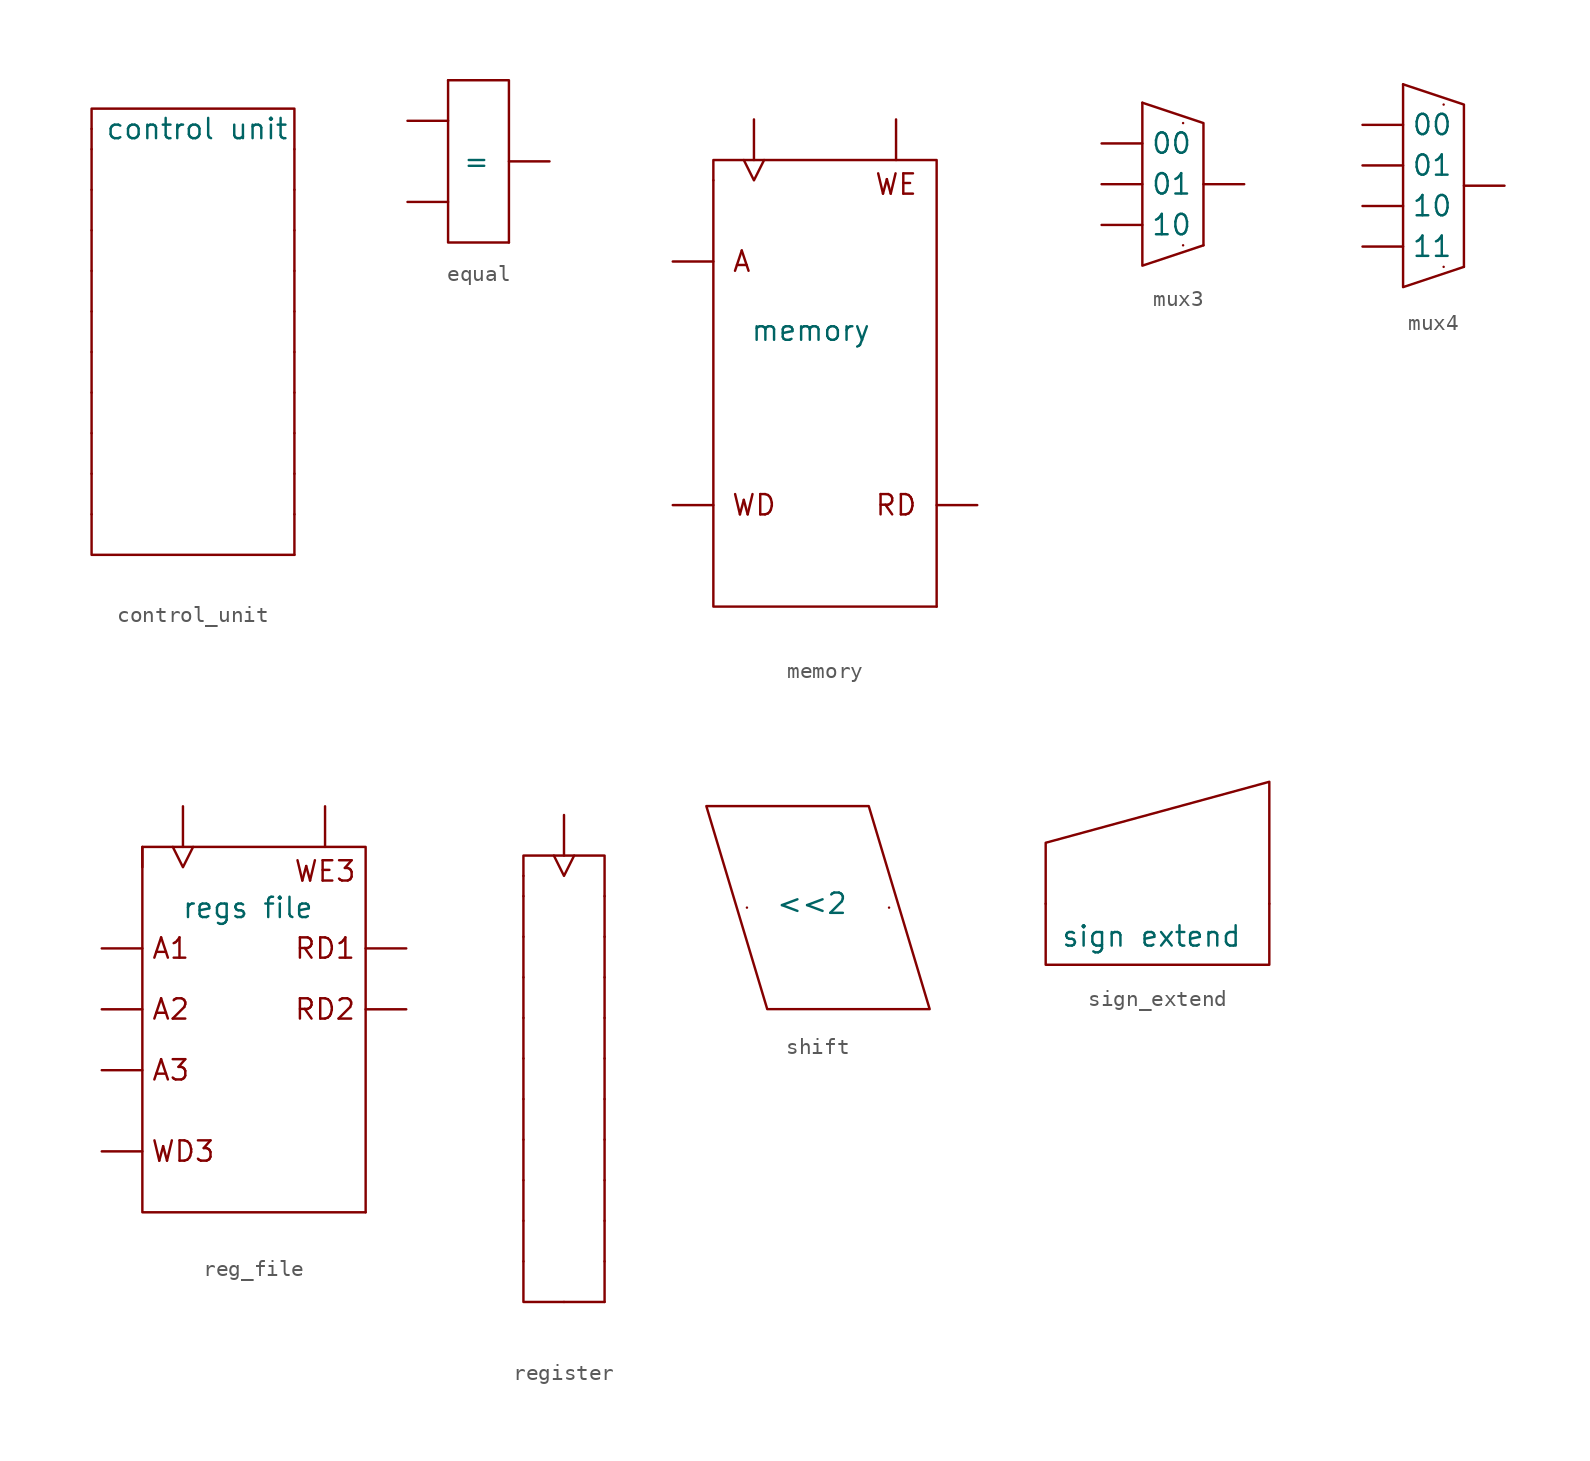
<source format=kicad_sym>
(kicad_symbol_lib
  (version 20231120)
  (generator "kicad_symbol_editor")
  (generator_version "8.0")
  (symbol "control_unit"
    (pin_numbers hide)
    (property "Reference" "U2"
      (at -4.826 7.874 0)
      (effects (font (size 0.001 0.001))))
    (property "Value" "control unit"
      (at 0.254 12.7 0)
      (effects (font (size 1.27 1.27))))
    (symbol "control_unit_0_1"
      (polyline (pts (xy -6.35 12.7) (xy -6.35 13.97) (xy 6.35 13.97) (xy 6.35 -13.97)) (stroke (width 0) (type default)) (fill (type none)))
      (polyline (pts (xy -6.35 12.7) (xy -6.35 2.54) (xy -6.35 0) (xy -6.35 -2.54) (xy -6.35 -10.16) (xy -6.35 -13.97) (xy 6.35 -13.97)) (stroke (width 0) (type default)) (fill (type none))))
    (symbol "control_unit_1_1"
      (pin input line (at -6.35 -11.43 0) (length 0) (name "A" (effects (font (size 0 0)))) (number "" (effects (font (size 1.27 1.27)))))
      (pin input line (at -6.35 -8.89 0) (length 0) (name "A" (effects (font (size 0 0)))) (number "" (effects (font (size 1.27 1.27)))))
      (pin input line (at -6.35 -6.35 0) (length 0) (name "A" (effects (font (size 0 0)))) (number "" (effects (font (size 1.27 1.27)))))
      (pin input line (at -6.35 -3.81 0) (length 0) (name "A" (effects (font (size 0 0)))) (number "" (effects (font (size 1.27 1.27)))))
      (pin input line (at -6.35 -1.27 0) (length 0) (name "A" (effects (font (size 0 0)))) (number "" (effects (font (size 1.27 1.27)))))
      (pin input line (at -6.35 1.27 0) (length 0) (name "A" (effects (font (size 0 0)))) (number "" (effects (font (size 1.27 1.27)))))
      (pin input line (at -6.35 3.81 0) (length 0) (name "A" (effects (font (size 0 0)))) (number "" (effects (font (size 1.27 1.27)))))
      (pin input line (at -6.35 6.35 0) (length 0) (name "A" (effects (font (size 0 0)))) (number "" (effects (font (size 1.27 1.27)))))
      (pin input line (at -6.35 8.89 0) (length 0) (name "A" (effects (font (size 0 0)))) (number "" (effects (font (size 1.27 1.27)))))
      (pin input line (at -6.35 11.43 0) (length 0) (name "A" (effects (font (size 0 0)))) (number "" (effects (font (size 1.27 1.27)))))
      (pin output line (at 6.35 -11.43 180) (length 0) (name "O" (effects (font (size 0 0)))) (number "" (effects (font (size 1.27 1.27)))))
      (pin output line (at 6.35 -8.89 180) (length 0) (name "O" (effects (font (size 0 0)))) (number "" (effects (font (size 1.27 1.27)))))
      (pin output line (at 6.35 -6.35 180) (length 0) (name "O" (effects (font (size 0 0)))) (number "" (effects (font (size 1.27 1.27)))))
      (pin output line (at 6.35 -3.81 180) (length 0) (name "O" (effects (font (size 0 0)))) (number "" (effects (font (size 1.27 1.27)))))
      (pin output line (at 6.35 -1.27 180) (length 0) (name "O" (effects (font (size 0 0)))) (number "" (effects (font (size 1.27 1.27)))))
      (pin output line (at 6.35 1.27 180) (length 0) (name "O" (effects (font (size 0 0)))) (number "" (effects (font (size 1.27 1.27)))))
      (pin output line (at 6.35 3.81 180) (length 0) (name "O" (effects (font (size 0 0)))) (number "" (effects (font (size 1.27 1.27)))))
      (pin output line (at 6.35 6.35 180) (length 0) (name "O" (effects (font (size 0 0)))) (number "" (effects (font (size 1.27 1.27)))))
      (pin output line (at 6.35 8.89 180) (length 0) (name "O" (effects (font (size 0 0)))) (number "" (effects (font (size 1.27 1.27)))))
      (pin output line (at 6.35 11.43 180) (length 0) (name "O" (effects (font (size 0 0)))) (number "" (effects (font (size 1.27 1.27)))))))
  (symbol "equal"
    (pin_numbers hide)
    (property "Reference" "="
      (at -7.112 0.762 0)
      (effects (font (size 0.001 0.001))))
    (property "Value" "="
      (at -7.112 0 0)
      (effects (font (size 1.27 1.27))))
    (symbol "equal_0_1"
      (polyline (pts (xy -8.89 5.08) (xy -8.89 5.08) (xy -5.08 5.08) (xy -5.08 -5.08)) (stroke (width 0) (type default)) (fill (type none)))
      (polyline (pts (xy -8.89 5.08) (xy -8.89 2.54) (xy -8.89 0) (xy -8.89 -2.54) (xy -8.89 -2.54) (xy -8.89 -5.08) (xy -5.08 -5.08)) (stroke (width 0) (type default)) (fill (type none))))
    (symbol "equal_1_1"
      (pin input line (at -11.43 2.54 0) (length 2.54) (name "0" (effects (font (size 0 0)))) (number "" (effects (font (size 1.27 1.27)))))
      (pin input line (at -11.43 -2.54 0) (length 2.54) (name "1" (effects (font (size 0 0)))) (number "" (effects (font (size 1.27 1.27)))))
      (pin output line (at -2.54 0 180) (length 2.54) (name "O" (effects (font (size 0 0)))) (number "" (effects (font (size 1.27 1.27)))))))
  (symbol "memory"
    (pin_numbers hide)
    (property "Reference" "U2"
      (at -2.286 7.874 0)
      (effects (font (size 0.001 0.001))))
    (property "Value" "memory"
      (at -2.794 3.302 0)
      (do_not_autoplace)
      (effects (font (size 1.27 1.27))))
    (symbol "memory_0_1"
      (polyline (pts (xy -8.89 12.7) (xy -8.89 13.97) (xy 5.08 13.97) (xy 5.08 -13.97)) (stroke (width 0) (type default)) (fill (type none)))
      (polyline (pts (xy -8.89 12.7) (xy -8.89 2.54) (xy -8.89 0) (xy -8.89 -2.54) (xy -8.89 -10.16) (xy -8.89 -13.97) (xy 5.08 -13.97)) (stroke (width 0) (type default)) (fill (type none))))
    (symbol "memory_1_1"
      (text "A\n" (at -7.112 7.62 0) (effects (font (size 1.27 1.27))))
      (text "RD\n" (at 2.54 -7.62 0) (effects (font (size 1.27 1.27))))
      (text "WD" (at -6.35 -7.62 0) (effects (font (size 1.27 1.27))))
      (text "WE" (at 2.54 12.446 0) (effects (font (size 1.27 1.27))))
      (pin input line (at -11.43 7.62 0) (length 2.54) (name "A" (effects (font (size 0 0)))) (number "" (effects (font (size 1.27 1.27)))))
      (pin input line (at -11.43 -7.62 0) (length 2.54) (name "B" (effects (font (size 0 0)))) (number "" (effects (font (size 1.27 1.27)))))
      (pin output line (at 7.62 -7.62 180) (length 2.54) (name "O" (effects (font (size 0 0)))) (number "" (effects (font (size 1.27 1.27)))))
      (pin input line (at 2.54 16.51 270) (length 2.54) (name "" (effects (font (size 0 0)))) (number "1" (effects (font (size 1.27 1.27)))))
      (pin input clock (at -6.35 16.51 270) (length 2.54) (name "" (effects (font (size 0 0)))) (number "CLK" (effects (font (size 1.27 1.27)))))))
  (symbol "mux3"
    (pin_numbers hide)
    (property "Reference" "U1"
      (at -2.54 -4.064 0)
      (effects (font (size 0.001 0.001))))
    (property "Value" "~"
      (at -1.524 6.35 0)
      (effects (font (size 0.001 0.001))))
    (symbol "mux3_0_1"
      (polyline (pts (xy -8.89 5.08) (xy -8.89 5.08) (xy -5.08 3.81) (xy -5.08 -3.81)) (stroke (width 0) (type default)) (fill (type none)))
      (polyline (pts (xy -8.89 5.08) (xy -8.89 2.54) (xy -8.89 0) (xy -8.89 -2.54) (xy -8.89 -2.54) (xy -8.89 -5.08) (xy -5.08 -3.81)) (stroke (width 0) (type default)) (fill (type none))))
    (symbol "mux3_1_1"
      (pin input line (at -6.35 -3.81 270) (length 0) (name "" (effects (font (size 0 0)))) (number "" (effects (font (size 1.27 1.27)))))
      (pin input line (at -11.43 2.54 0) (length 2.54) (name "00" (effects (font (size 1.27 1.27)))) (number "" (effects (font (size 1.27 1.27)))))
      (pin input line (at -11.43 0 0) (length 2.54) (name "01" (effects (font (size 1.27 1.27)))) (number "" (effects (font (size 1.27 1.27)))))
      (pin input line (at -11.43 -2.54 0) (length 2.54) (name "10" (effects (font (size 1.27 1.27)))) (number "" (effects (font (size 1.27 1.27)))))
      (pin output line (at -2.54 0 180) (length 2.54) (name "O" (effects (font (size 0 0)))) (number "" (effects (font (size 1.27 1.27)))))
      (pin input line (at -6.35 3.81 270) (length 0) (name "S" (effects (font (size 0 0)))) (number "" (effects (font (size 1.27 1.27)))))))
  (symbol "mux4"
    (pin_numbers hide)
    (property "Reference" "U1"
      (at 3.302 -1.27 0)
      (effects (font (size 0.001 0.001))))
    (property "Value" "~"
      (at 3.302 1.524 0)
      (effects (font (size 0.001 0.001))))
    (symbol "mux4_0_1"
      (polyline (pts (xy -1.27 6.35) (xy -1.27 6.35) (xy 2.54 5.08) (xy 2.54 -5.08)) (stroke (width 0) (type default)) (fill (type none)))
      (polyline (pts (xy -1.27 6.35) (xy -1.27 1.27) (xy -1.27 -1.27) (xy -1.27 -3.81) (xy -1.27 -3.81) (xy -1.27 -6.35) (xy 2.54 -5.08)) (stroke (width 0) (type default)) (fill (type none))))
    (symbol "mux4_1_1"
      (pin input line (at 1.27 -5.08 270) (length 0) (name "" (effects (font (size 0 0)))) (number "" (effects (font (size 1.27 1.27)))))
      (pin input line (at -3.81 3.81 0) (length 2.54) (name "00" (effects (font (size 1.27 1.27)))) (number "" (effects (font (size 1.27 1.27)))))
      (pin input line (at -3.81 1.27 0) (length 2.54) (name "01" (effects (font (size 1.27 1.27)))) (number "" (effects (font (size 1.27 1.27)))))
      (pin input line (at -3.81 -1.27 0) (length 2.54) (name "10" (effects (font (size 1.27 1.27)))) (number "" (effects (font (size 1.27 1.27)))))
      (pin input line (at -3.81 -3.81 0) (length 2.54) (name "11" (effects (font (size 1.27 1.27)))) (number "" (effects (font (size 1.27 1.27)))))
      (pin output line (at 5.08 0 180) (length 2.54) (name "O" (effects (font (size 0 0)))) (number "" (effects (font (size 1.27 1.27)))))
      (pin input line (at 1.27 5.08 270) (length 0) (name "S" (effects (font (size 0 0)))) (number "" (effects (font (size 1.27 1.27)))))))
  (symbol "reg_file"
    (pin_numbers hide)
    (property "Reference" "U2"
      (at 0.254 5.334 0)
      (effects (font (size 0.001 0.001))))
    (property "Value" "regs file"
      (at 0.254 7.62 0)
      (effects (font (size 1.27 1.27))))
    (symbol "reg_file_0_1"
      (polyline (pts (xy -6.35 10.16) (xy -6.35 11.43) (xy 7.62 11.43) (xy 7.62 -11.43)) (stroke (width 0) (type default)) (fill (type none)))
      (polyline (pts (xy -6.35 11.43) (xy -6.35 5.08) (xy -6.35 2.54) (xy -6.35 0) (xy -6.35 -7.62) (xy -6.35 -11.43) (xy 7.62 -11.43)) (stroke (width 0) (type default)) (fill (type none))))
    (symbol "reg_file_1_1"
      (text "A1" (at -4.572 5.08 0) (effects (font (size 1.27 1.27))))
      (text "A2\n" (at -4.572 1.27 0) (effects (font (size 1.27 1.27))))
      (text "A3\n" (at -4.572 -2.54 0) (effects (font (size 1.27 1.27))))
      (text "RD1\n" (at 5.08 5.08 0) (effects (font (size 1.27 1.27))))
      (text "RD2" (at 5.08 1.27 0) (effects (font (size 1.27 1.27))))
      (text "WD3" (at -3.81 -7.62 0) (effects (font (size 1.27 1.27))))
      (text "WE3" (at 5.08 9.906 0) (effects (font (size 1.27 1.27))))
      (pin input line (at -8.89 -2.54 0) (length 2.54) (name "A" (effects (font (size 0 0)))) (number "" (effects (font (size 1.27 1.27)))))
      (pin input line (at -8.89 1.27 0) (length 2.54) (name "A" (effects (font (size 0 0)))) (number "" (effects (font (size 1.27 1.27)))))
      (pin input line (at -8.89 5.08 0) (length 2.54) (name "A" (effects (font (size 0 0)))) (number "" (effects (font (size 1.27 1.27)))))
      (pin input line (at -8.89 -7.62 0) (length 2.54) (name "B" (effects (font (size 0 0)))) (number "" (effects (font (size 1.27 1.27)))))
      (pin output line (at 10.16 1.27 180) (length 2.54) (name "O" (effects (font (size 0 0)))) (number "" (effects (font (size 1.27 1.27)))))
      (pin output line (at 10.16 5.08 180) (length 2.54) (name "O" (effects (font (size 0 0)))) (number "" (effects (font (size 1.27 1.27)))))
      (pin input line (at 5.08 13.97 270) (length 2.54) (name "" (effects (font (size 0 0)))) (number "1" (effects (font (size 1.27 1.27)))))
      (pin input clock (at -3.81 13.97 270) (length 2.54) (name "" (effects (font (size 0 0)))) (number "CLK" (effects (font (size 1.27 1.27)))))))
  (symbol "register"
    (pin_numbers hide)
    (property "Reference" "U2"
      (at -1.016 7.874 0)
      (effects (font (size 0.001 0.001))))
    (property "Value" "~"
      (at -1.524 3.302 0)
      (effects (font (size 0.001 0.001))))
    (symbol "register_0_1"
      (polyline (pts (xy -2.54 12.7) (xy -2.54 13.97) (xy 2.54 13.97) (xy 2.54 -13.97)) (stroke (width 0) (type default)) (fill (type none)))
      (polyline (pts (xy -2.54 12.7) (xy -2.54 2.54) (xy -2.54 0) (xy -2.54 -2.54) (xy -2.54 -10.16) (xy -2.54 -13.97) (xy 2.54 -13.97)) (stroke (width 0) (type default)) (fill (type none))))
    (symbol "register_1_1"
      (pin input line (at -2.54 -11.43 0) (length 0) (name "A" (effects (font (size 0 0)))) (number "" (effects (font (size 1.27 1.27)))))
      (pin input line (at -2.54 -8.89 0) (length 0) (name "A" (effects (font (size 0 0)))) (number "" (effects (font (size 1.27 1.27)))))
      (pin input line (at -2.54 -6.35 0) (length 0) (name "A" (effects (font (size 0 0)))) (number "" (effects (font (size 1.27 1.27)))))
      (pin input line (at -2.54 -3.81 0) (length 0) (name "A" (effects (font (size 0 0)))) (number "" (effects (font (size 1.27 1.27)))))
      (pin input line (at -2.54 -1.27 0) (length 0) (name "A" (effects (font (size 0 0)))) (number "" (effects (font (size 1.27 1.27)))))
      (pin input line (at -2.54 1.27 0) (length 0) (name "A" (effects (font (size 0 0)))) (number "" (effects (font (size 1.27 1.27)))))
      (pin input line (at -2.54 3.81 0) (length 0) (name "A" (effects (font (size 0 0)))) (number "" (effects (font (size 1.27 1.27)))))
      (pin input line (at -2.54 6.35 0) (length 0) (name "A" (effects (font (size 0 0)))) (number "" (effects (font (size 1.27 1.27)))))
      (pin input line (at -2.54 8.89 0) (length 0) (name "A" (effects (font (size 0 0)))) (number "" (effects (font (size 1.27 1.27)))))
      (pin input line (at -2.54 11.43 0) (length 0) (name "A" (effects (font (size 0 0)))) (number "" (effects (font (size 1.27 1.27)))))
      (pin input line (at 0 -13.97 90) (length 0) (name "A" (effects (font (size 0 0)))) (number "" (effects (font (size 1.27 1.27)))))
      (pin output line (at 2.54 -11.43 180) (length 0) (name "O" (effects (font (size 0 0)))) (number "" (effects (font (size 1.27 1.27)))))
      (pin output line (at 2.54 -8.89 180) (length 0) (name "O" (effects (font (size 0 0)))) (number "" (effects (font (size 1.27 1.27)))))
      (pin output line (at 2.54 -6.35 180) (length 0) (name "O" (effects (font (size 0 0)))) (number "" (effects (font (size 1.27 1.27)))))
      (pin output line (at 2.54 -3.81 180) (length 0) (name "O" (effects (font (size 0 0)))) (number "" (effects (font (size 1.27 1.27)))))
      (pin output line (at 2.54 -1.27 180) (length 0) (name "O" (effects (font (size 0 0)))) (number "" (effects (font (size 1.27 1.27)))))
      (pin output line (at 2.54 1.27 180) (length 0) (name "O" (effects (font (size 0 0)))) (number "" (effects (font (size 1.27 1.27)))))
      (pin output line (at 2.54 3.81 180) (length 0) (name "O" (effects (font (size 0 0)))) (number "" (effects (font (size 1.27 1.27)))))
      (pin output line (at 2.54 6.35 180) (length 0) (name "O" (effects (font (size 0 0)))) (number "" (effects (font (size 1.27 1.27)))))
      (pin output line (at 2.54 8.89 180) (length 0) (name "O" (effects (font (size 0 0)))) (number "" (effects (font (size 1.27 1.27)))))
      (pin output line (at 2.54 11.43 180) (length 0) (name "O" (effects (font (size 0 0)))) (number "" (effects (font (size 1.27 1.27)))))
      (pin input clock (at 0 16.51 270) (length 2.54) (name "" (effects (font (size 0 0)))) (number "CLK" (effects (font (size 1.27 1.27)))))))
  (symbol "shift"
    (pin_numbers hide)
    (property "Reference" "U2"
      (at -1.016 7.874 0)
      (effects (font (size 0.001 0.001))))
    (property "Value" "<<2"
      (at 0.254 0.254 0)
      (effects (font (size 1.27 1.27))))
    (symbol "shift_0_1"
      (polyline (pts (xy -6.35 6.35) (xy -2.54 -6.35) (xy 7.62 -6.35) (xy 3.81 6.35) (xy -6.35 6.35)) (stroke (width 0) (type default)) (fill (type none))))
    (symbol "shift_1_1"
      (pin input line (at -3.81 0 0) (length 0) (name "A" (effects (font (size 0 0)))) (number "" (effects (font (size 1.27 1.27)))))
      (pin output line (at 5.08 0 180) (length 0) (name "O" (effects (font (size 0 0)))) (number "" (effects (font (size 1.27 1.27)))))))
  (symbol "sign_extend"
    (pin_numbers hide)
    (property "Reference" "U2"
      (at -1.016 7.874 0)
      (effects (font (size 0.001 0.001))))
    (property "Value" "sign extend"
      (at 0.254 -2.032 0)
      (effects (font (size 1.27 1.27))))
    (symbol "sign_extend_0_1"
      (polyline (pts (xy -6.35 3.81) (xy -6.35 -3.81) (xy 7.62 -3.81) (xy 7.62 7.62) (xy -6.35 3.81)) (stroke (width 0) (type default)) (fill (type none))))
    (symbol "sign_extend_1_1"
      (pin input line (at -6.35 0 0) (length 0) (name "A" (effects (font (size 0 0)))) (number "" (effects (font (size 1.27 1.27)))))
      (pin output line (at 7.62 0 180) (length 0) (name "O" (effects (font (size 0 0)))) (number "" (effects (font (size 1.27 1.27))))))))
</source>
